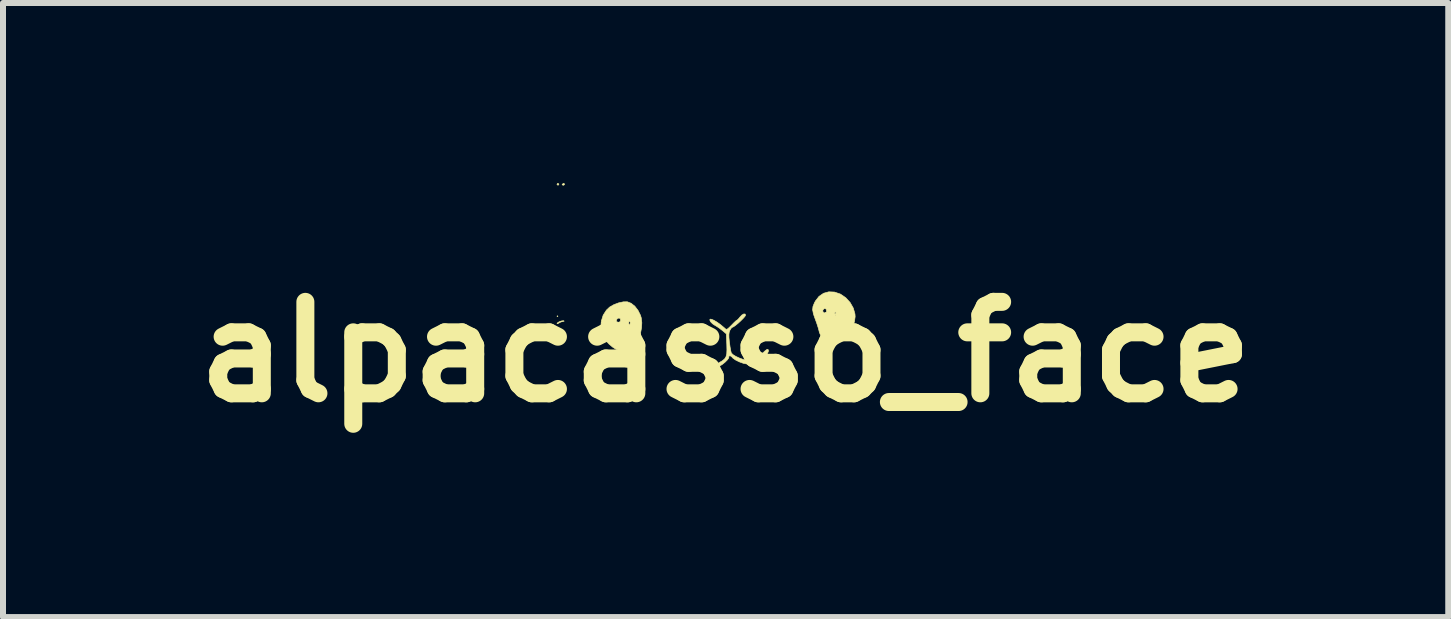
<source format=kicad_pcb>
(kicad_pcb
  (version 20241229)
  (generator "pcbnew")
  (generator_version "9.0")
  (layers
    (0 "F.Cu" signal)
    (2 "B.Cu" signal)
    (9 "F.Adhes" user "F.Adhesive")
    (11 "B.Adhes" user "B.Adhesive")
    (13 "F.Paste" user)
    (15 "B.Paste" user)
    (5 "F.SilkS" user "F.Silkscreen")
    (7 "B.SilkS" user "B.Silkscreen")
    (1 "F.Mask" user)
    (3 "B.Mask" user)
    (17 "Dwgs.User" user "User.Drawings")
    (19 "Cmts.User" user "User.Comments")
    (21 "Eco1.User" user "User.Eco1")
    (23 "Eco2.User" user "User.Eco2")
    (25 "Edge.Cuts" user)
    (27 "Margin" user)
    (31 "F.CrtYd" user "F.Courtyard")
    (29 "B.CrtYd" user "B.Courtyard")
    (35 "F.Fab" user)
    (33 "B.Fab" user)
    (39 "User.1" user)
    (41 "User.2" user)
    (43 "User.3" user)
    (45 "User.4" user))
  (footprint "alpacasso_face"
    (layer "F.Cu")
    (at 9.042 2.815)
    (property "Reference" "alpacasso_face" (at 0 0 0) (layer "F.SilkS") (effects (font (size 1.524 1.524) (thickness 0.3))))
    (attr through_hole)
    (fp_poly (pts (xy -2.794 -0.595) (xy -2.802 -0.587) (xy -2.81 -0.595) (xy -2.802 -0.603) (xy -2.794 -0.595)) (stroke (width 0.01) (type solid)) (fill yes) (layer "F.SilkS"))
    (fp_poly (pts (xy -2.779 -2.798) (xy -2.778 -2.794) (xy -2.79 -2.779) (xy -2.794 -2.778) (xy -2.809 -2.79) (xy -2.81 -2.794) (xy -2.798 -2.809) (xy -2.794 -2.81) (xy -2.779 -2.798)) (stroke (width 0.01) (type solid)) (fill yes) (layer "F.SilkS"))
    (fp_poly (pts (xy -2.683 -2.798) (xy -2.683 -2.794) (xy -2.696 -2.78) (xy -2.708 -2.778) (xy -2.724 -2.786) (xy -2.723 -2.794) (xy -2.702 -2.809) (xy -2.698 -2.81) (xy -2.683 -2.798)) (stroke (width 0.01) (type solid)) (fill yes) (layer "F.SilkS"))
    (fp_poly (pts (xy -2.696 -0.519) (xy -2.691 -0.512) (xy -2.707 -0.509) (xy -2.745 -0.499) (xy -2.775 -0.483) (xy -2.8 -0.47) (xy -2.81 -0.473) (xy -2.796 -0.49) (xy -2.765 -0.507) (xy -2.727 -0.518) (xy -2.698 -0.52) (xy -2.696 -0.519)) (stroke (width 0.01) (type solid)) (fill yes) (layer "F.SilkS"))
    (fp_poly (pts (xy -1.574 -0.811) (xy -1.512 -0.761) (xy -1.459 -0.692) (xy -1.419 -0.612) (xy -1.405 -0.566) (xy -1.396 -0.487) (xy -1.401 -0.402) (xy -1.417 -0.316) (xy -1.442 -0.236) (xy -1.475 -0.169) (xy -1.513 -0.122) (xy -1.548 -0.102) (xy -1.578 -0.087) (xy -1.587 -0.07) (xy -1.602 -0.054) (xy -1.637 -0.037) (xy -1.683 -0.023) (xy -1.73 -0.016) (xy -1.738 -0.016) (xy -1.773 -0.023) (xy -1.818 -0.04) (xy -1.826 -0.044) (xy -1.882 -0.08) (xy -1.942 -0.131) (xy -1.997 -0.19) (xy -2.04 -0.248) (xy -2.062 -0.295) (xy -2.08 -0.406) (xy -2.073 -0.491) (xy -1.616 -0.491) (xy -1.611 -0.465) (xy -1.6 -0.445) (xy -1.594 -0.455) (xy -1.592 -0.466) (xy -1.59 -0.494) (xy -1.594 -0.504) (xy -1.609 -0.508) (xy -1.616 -0.491) (xy -2.073 -0.491) (xy -2.071 -0.514) (xy -2.067 -0.527) (xy -1.821 -0.527) (xy -1.819 -0.51) (xy -1.794 -0.493) (xy -1.765 -0.5) (xy -1.752 -0.517) (xy -1.753 -0.548) (xy -1.76 -0.56) (xy -1.783 -0.565) (xy -1.807 -0.551) (xy -1.821 -0.527) (xy -2.067 -0.527) (xy -2.04 -0.613) (xy -1.986 -0.697) (xy -1.932 -0.748) (xy -1.862 -0.788) (xy -1.782 -0.818) (xy -1.703 -0.835) (xy -1.638 -0.836) (xy -1.574 -0.811)) (stroke (width 0.01) (type solid)) (fill yes) (layer "F.SilkS"))
    (fp_poly (pts (xy 1.814 -0.998) (xy 1.912 -0.965) (xy 1.916 -0.963) (xy 2.003 -0.903) (xy 2.075 -0.824) (xy 2.128 -0.731) (xy 2.156 -0.633) (xy 2.159 -0.587) (xy 2.147 -0.503) (xy 2.113 -0.413) (xy 2.062 -0.331) (xy 2.045 -0.31) (xy 1.965 -0.237) (xy 1.879 -0.193) (xy 1.79 -0.177) (xy 1.702 -0.192) (xy 1.683 -0.2) (xy 1.623 -0.232) (xy 1.586 -0.27) (xy 1.563 -0.326) (xy 1.556 -0.355) (xy 1.541 -0.41) (xy 1.518 -0.481) (xy 1.492 -0.552) (xy 1.489 -0.56) (xy 1.471 -0.611) (xy 1.826 -0.611) (xy 1.834 -0.603) (xy 1.841 -0.611) (xy 1.834 -0.619) (xy 1.826 -0.611) (xy 1.471 -0.611) (xy 1.462 -0.64) (xy 1.456 -0.673) (xy 1.621 -0.673) (xy 1.638 -0.653) (xy 1.651 -0.651) (xy 1.818 -0.651) (xy 1.819 -0.636) (xy 1.825 -0.635) (xy 1.841 -0.647) (xy 1.841 -0.651) (xy 1.836 -0.666) (xy 1.834 -0.667) (xy 1.821 -0.656) (xy 1.818 -0.651) (xy 1.651 -0.651) (xy 1.678 -0.662) (xy 1.683 -0.68) (xy 1.675 -0.715) (xy 1.652 -0.723) (xy 1.642 -0.72) (xy 1.621 -0.7) (xy 1.621 -0.673) (xy 1.456 -0.673) (xy 1.45 -0.702) (xy 1.456 -0.758) (xy 1.48 -0.817) (xy 1.497 -0.849) (xy 1.557 -0.926) (xy 1.633 -0.978) (xy 1.72 -1.002) (xy 1.814 -0.998)) (stroke (width 0.01) (type solid)) (fill yes) (layer "F.SilkS"))
    (fp_poly (pts (xy 0.325 -0.632) (xy 0.333 -0.613) (xy 0.322 -0.592) (xy 0.292 -0.558) (xy 0.251 -0.517) (xy 0.206 -0.476) (xy 0.163 -0.441) (xy 0.13 -0.418) (xy 0.116 -0.413) (xy 0.096 -0.399) (xy 0.075 -0.366) (xy 0.07 -0.357) (xy 0.059 -0.324) (xy 0.055 -0.287) (xy 0.056 -0.237) (xy 0.063 -0.166) (xy 0.065 -0.155) (xy 0.074 -0.087) (xy 0.084 -0.029) (xy 0.093 0.01) (xy 0.097 0.019) (xy 0.123 0.045) (xy 0.17 0.074) (xy 0.23 0.102) (xy 0.293 0.125) (xy 0.35 0.14) (xy 0.378 0.143) (xy 0.441 0.138) (xy 0.495 0.12) (xy 0.548 0.084) (xy 0.605 0.032) (xy 0.655 -0.016) (xy 0.688 -0.041) (xy 0.706 -0.043) (xy 0.714 -0.026) (xy 0.714 -0.013) (xy 0.701 0.02) (xy 0.667 0.063) (xy 0.617 0.108) (xy 0.557 0.151) (xy 0.517 0.174) (xy 0.465 0.197) (xy 0.416 0.205) (xy 0.357 0.202) (xy 0.294 0.189) (xy 0.228 0.165) (xy 0.167 0.135) (xy 0.122 0.103) (xy 0.106 0.085) (xy 0.081 0.066) (xy 0.07 0.064) (xy 0.054 0.071) (xy 0.055 0.078) (xy 0.052 0.101) (xy 0.028 0.134) (xy -0.01 0.172) (xy -0.056 0.209) (xy -0.105 0.239) (xy -0.108 0.241) (xy -0.212 0.274) (xy -0.321 0.277) (xy -0.369 0.268) (xy -0.444 0.244) (xy -0.514 0.209) (xy -0.569 0.17) (xy -0.578 0.161) (xy -0.597 0.136) (xy -0.595 0.124) (xy -0.581 0.117) (xy -0.549 0.119) (xy -0.527 0.131) (xy -0.497 0.152) (xy -0.452 0.179) (xy -0.429 0.191) (xy -0.333 0.224) (xy -0.235 0.225) (xy -0.137 0.194) (xy -0.114 0.182) (xy -0.057 0.149) (xy -0.018 0.118) (xy 0.006 0.081) (xy 0.019 0.033) (xy 0.022 -0.034) (xy 0.02 -0.123) (xy 0.012 -0.302) (xy -0.056 -0.359) (xy -0.105 -0.397) (xy -0.155 -0.43) (xy -0.176 -0.442) (xy -0.218 -0.47) (xy -0.249 -0.502) (xy -0.251 -0.504) (xy -0.264 -0.534) (xy -0.257 -0.547) (xy -0.231 -0.543) (xy -0.192 -0.526) (xy -0.142 -0.496) (xy -0.085 -0.455) (xy -0.026 -0.406) (xy -0.002 -0.384) (xy 0.013 -0.376) (xy 0.033 -0.384) (xy 0.062 -0.409) (xy 0.1 -0.447) (xy 0.14 -0.488) (xy 0.171 -0.517) (xy 0.188 -0.529) (xy 0.189 -0.529) (xy 0.203 -0.539) (xy 0.228 -0.567) (xy 0.238 -0.58) (xy 0.271 -0.615) (xy 0.302 -0.633) (xy 0.325 -0.632)) (stroke (width 0.01) (type solid)) (fill yes) (layer "F.SilkS")))
  (gr_rect
    (start -3 -3)
    (end 21.085 7.233)
    (stroke (width 0.1) (type default))
    (fill no)
    (layer "Edge.Cuts")))
</source>
